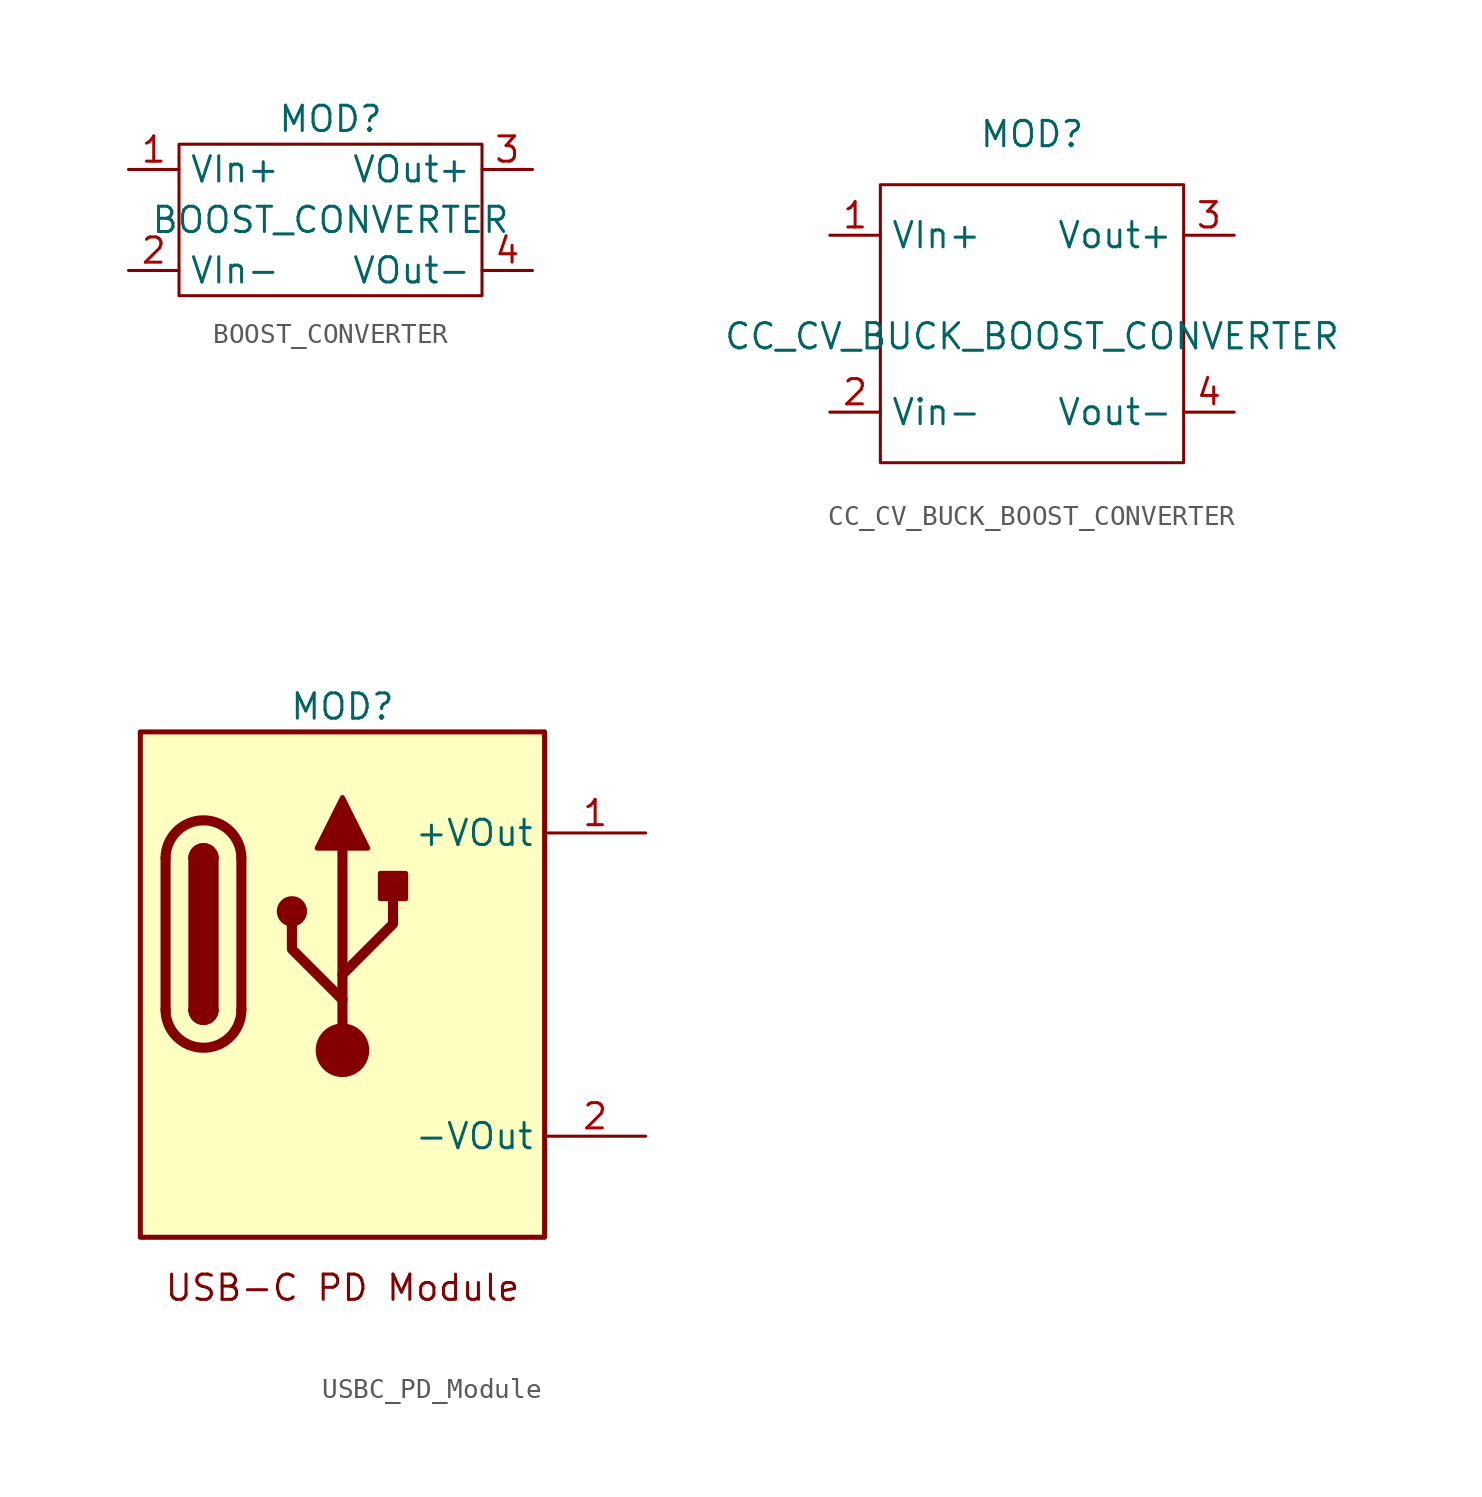
<source format=kicad_sym>
(kicad_symbol_lib
  (version 20220914)
  (generator kicad_symbol_editor)
  (symbol "BOOST_CONVERTER"
    (property "Reference" "MOD"
      (at 0 5.08 0)
      (effects (font (size 1.27 1.27))))
    (property "Value" "BOOST_CONVERTER"
      (at 0 0 0)
      (effects (font (size 1.27 1.27))))
    (symbol "BOOST_CONVERTER_0_1"
      (rectangle (start -7.62 3.81) (end 7.62 -3.81) (stroke (width 0) (type default)) (fill (type none))))
    (symbol "BOOST_CONVERTER_1_1"
      (pin power_in line (at -10.16 2.54 0) (length 2.54) (name "VIn+" (effects (font (size 1.27 1.27)))) (number "1" (effects (font (size 1.27 1.27)))))
      (pin power_in line (at -10.16 -2.54 0) (length 2.54) (name "VIn-" (effects (font (size 1.27 1.27)))) (number "2" (effects (font (size 1.27 1.27)))))
      (pin power_out line (at 10.16 2.54 180) (length 2.54) (name "VOut+" (effects (font (size 1.27 1.27)))) (number "3" (effects (font (size 1.27 1.27)))))
      (pin power_out line (at 10.16 -2.54 180) (length 2.54) (name "VOut-" (effects (font (size 1.27 1.27)))) (number "4" (effects (font (size 1.27 1.27)))))))
  (symbol "CC_CV_BUCK_BOOST_CONVERTER"
    (property "Reference" "MOD"
      (at 0 10.16 0)
      (effects (font (size 1.27 1.27))))
    (property "Value" "CC_CV_BUCK_BOOST_CONVERTER"
      (at 0 0 0)
      (effects (font (size 1.27 1.27))))
    (symbol "CC_CV_BUCK_BOOST_CONVERTER_0_1"
      (rectangle (start -7.62 7.62) (end 7.62 -6.35) (stroke (width 0) (type default)) (fill (type none))))
    (symbol "CC_CV_BUCK_BOOST_CONVERTER_1_1"
      (pin power_in line (at -10.16 5.08 0) (length 2.54) (name "VIn+" (effects (font (size 1.27 1.27)))) (number "1" (effects (font (size 1.27 1.27)))))
      (pin power_in line (at -10.16 -3.81 0) (length 2.54) (name "Vin-" (effects (font (size 1.27 1.27)))) (number "2" (effects (font (size 1.27 1.27)))))
      (pin power_out line (at 10.16 5.08 180) (length 2.54) (name "Vout+" (effects (font (size 1.27 1.27)))) (number "3" (effects (font (size 1.27 1.27)))))
      (pin power_out line (at 10.16 -3.81 180) (length 2.54) (name "Vout-" (effects (font (size 1.27 1.27)))) (number "4" (effects (font (size 1.27 1.27)))))))
  (symbol "USBC_PD_Module"
    (property "Reference" "MOD"
      (at -19.05 17.78 0)
      (effects (font (size 1.27 1.27))))
    (property "Value" ""
      (at 0 0 0)
      (effects (font (size 1.27 1.27))))
    (symbol "USBC_PD_Module_0_1"
      (rectangle (start -29.21 16.51) (end -8.89 -8.89) (stroke (width 0.254) (type default)) (fill (type background)))
      (arc (start -27.94 2.54) (mid -26.035 0.6433) (end -24.13 2.54) (stroke (width 0.508) (type default)) (fill (type none)))
      (arc (start -26.67 2.54) (mid -26.035 1.9077) (end -25.4 2.54) (stroke (width 0.254) (type default)) (fill (type none)))
      (arc (start -26.67 2.54) (mid -26.035 1.9077) (end -25.4 2.54) (stroke (width 0.254) (type default)) (fill (type outline)))
      (rectangle (start -26.67 10.16) (end -25.4 2.54) (stroke (width 0.254) (type default)) (fill (type outline)))
      (arc (start -25.4 10.16) (mid -26.035 10.7923) (end -26.67 10.16) (stroke (width 0.254) (type default)) (fill (type none)))
      (arc (start -25.4 10.16) (mid -26.035 10.7923) (end -26.67 10.16) (stroke (width 0.254) (type default)) (fill (type outline)))
      (arc (start -24.13 10.16) (mid -26.035 12.0567) (end -27.94 10.16) (stroke (width 0.508) (type default)) (fill (type none)))
      (circle (center -21.59 7.493) (radius 0.635) (stroke (width 0.254) (type default)) (fill (type outline)))
      (circle (center -19.05 0.508) (radius 1.27) (stroke (width 0) (type default)) (fill (type outline)))
      (rectangle (start -17.145 8.128) (end -15.875 9.398) (stroke (width 0.254) (type default)) (fill (type outline)))
      (polyline (pts (xy -27.94 2.54) (xy -27.94 10.16)) (stroke (width 0.508) (type default)) (fill (type none)))
      (polyline (pts (xy -24.13 10.16) (xy -24.13 2.54)) (stroke (width 0.508) (type default)) (fill (type none)))
      (polyline (pts (xy -19.05 0.508) (xy -19.05 10.668)) (stroke (width 0.508) (type default)) (fill (type none)))
      (polyline (pts (xy -19.05 3.048) (xy -21.59 5.588) (xy -21.59 6.858)) (stroke (width 0.508) (type default)) (fill (type none)))
      (polyline (pts (xy -19.05 4.318) (xy -16.51 6.858) (xy -16.51 8.128)) (stroke (width 0.508) (type default)) (fill (type none)))
      (polyline (pts (xy -20.32 10.668) (xy -19.05 13.208) (xy -17.78 10.668) (xy -20.32 10.668)) (stroke (width 0.254) (type default)) (fill (type outline)))
      (text "USB-C PD Module\n" (at -19.05 -11.43 0) (effects (font (size 1.27 1.27)))))
    (symbol "USBC_PD_Module_1_1"
      (pin power_out line (at -3.81 11.43 180) (length 5.08) (name "+VOut" (effects (font (size 1.27 1.27)))) (number "1" (effects (font (size 1.27 1.27)))))
      (pin power_out line (at -3.81 -3.81 180) (length 5.08) (name "-VOut" (effects (font (size 1.27 1.27)))) (number "2" (effects (font (size 1.27 1.27))))))))
</source>
